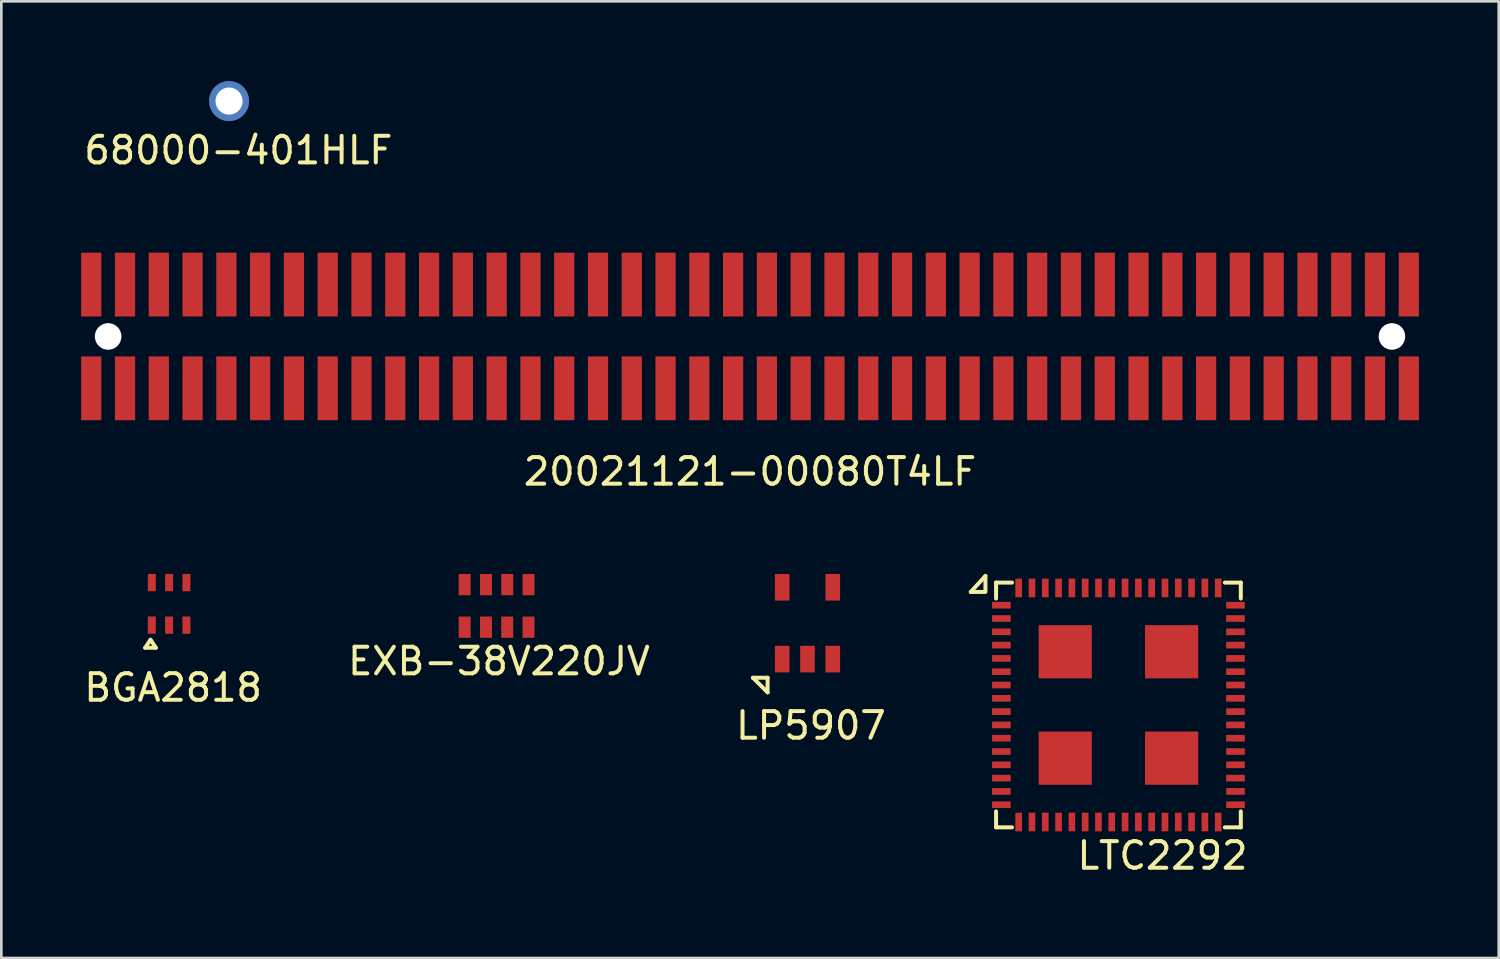
<source format=kicad_pcb>
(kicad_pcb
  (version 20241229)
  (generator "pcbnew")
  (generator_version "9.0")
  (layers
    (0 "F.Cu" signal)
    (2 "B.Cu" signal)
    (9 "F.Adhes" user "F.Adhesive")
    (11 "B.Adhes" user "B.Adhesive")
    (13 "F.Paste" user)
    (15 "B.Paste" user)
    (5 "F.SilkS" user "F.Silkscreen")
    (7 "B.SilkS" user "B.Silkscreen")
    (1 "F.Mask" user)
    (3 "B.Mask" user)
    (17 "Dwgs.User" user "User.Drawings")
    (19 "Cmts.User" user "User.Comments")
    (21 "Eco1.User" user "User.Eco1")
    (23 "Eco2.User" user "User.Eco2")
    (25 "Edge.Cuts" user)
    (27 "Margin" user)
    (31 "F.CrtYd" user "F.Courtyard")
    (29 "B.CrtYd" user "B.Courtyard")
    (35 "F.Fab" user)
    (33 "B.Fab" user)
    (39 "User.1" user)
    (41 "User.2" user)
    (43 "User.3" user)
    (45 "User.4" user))
  (footprint "LP5907"
    (layer "F.Cu")
    (at 27.305 20.377)
    (property "Reference" "LP5907" (at 0.13 3.85 0) (layer "F.SilkS") (effects (font (size 1 1) (thickness 0.15))))
    (attr through_hole)
    (fp_line (start -2.05 2.05) (end -1.5 2.05) (stroke (width 0.15) (type solid)) (layer "F.SilkS"))
    (fp_line (start -1.5 2.05) (end -1.5 2.6) (stroke (width 0.15) (type solid)) (layer "F.SilkS"))
    (fp_line (start -1.5 2.6) (end -2.05 2.05) (stroke (width 0.15) (type solid)) (layer "F.SilkS"))
    (pad "1" smd rect (at -0.95 1.35) (size 0.55 1) (layers "F.Cu" "F.Mask" "F.Paste"))
    (pad "2" smd rect (at 0 1.35) (size 0.55 1) (layers "F.Cu" "F.Mask" "F.Paste"))
    (pad "3" smd rect (at 0.95 1.35) (size 0.55 1) (layers "F.Cu" "F.Mask" "F.Paste"))
    (pad "4" smd rect (at 0.95 -1.35) (size 0.55 1) (layers "F.Cu" "F.Mask" "F.Paste"))
    (pad "5" smd rect (at -0.95 -1.35) (size 0.55 1) (layers "F.Cu" "F.Mask" "F.Paste")))
  (footprint "20021121-00080T4LF"
    (layer "F.Cu")
    (at 25.145 9.598)
    (property "Reference" "20021121-00080T4LF" (at 0 5.08 0) (layer "F.SilkS") (effects (font (size 1 1) (thickness 0.15))))
    (attr through_hole)
    (pad "" np_thru_hole circle (at -24.13 0) (size 1 1) (drill 1) (layers "*.Cu" "*.Mask"))
    (pad "" np_thru_hole circle (at 24.13 0) (size 1 1) (drill 1) (layers "*.Cu" "*.Mask"))
    (pad "1" smd rect (at -24.765 -1.95) (size 0.76 2.4) (layers "F.Cu" "F.Mask" "F.Paste"))
    (pad "2" smd rect (at -24.765 1.95) (size 0.76 2.4) (layers "F.Cu" "F.Mask" "F.Paste"))
    (pad "3" smd rect (at -23.495 -1.95) (size 0.76 2.4) (layers "F.Cu" "F.Mask" "F.Paste"))
    (pad "4" smd rect (at -23.495 1.95) (size 0.76 2.4) (layers "F.Cu" "F.Mask" "F.Paste"))
    (pad "5" smd rect (at -22.225 -1.95) (size 0.76 2.4) (layers "F.Cu" "F.Mask" "F.Paste"))
    (pad "6" smd rect (at -22.225 1.95) (size 0.76 2.4) (layers "F.Cu" "F.Mask" "F.Paste"))
    (pad "7" smd rect (at -20.955 -1.95) (size 0.76 2.4) (layers "F.Cu" "F.Mask" "F.Paste"))
    (pad "8" smd rect (at -20.955 1.95) (size 0.76 2.4) (layers "F.Cu" "F.Mask" "F.Paste"))
    (pad "9" smd rect (at -19.685 -1.95) (size 0.76 2.4) (layers "F.Cu" "F.Mask" "F.Paste"))
    (pad "10" smd rect (at -19.685 1.95) (size 0.76 2.4) (layers "F.Cu" "F.Mask" "F.Paste"))
    (pad "11" smd rect (at -18.415 -1.95) (size 0.76 2.4) (layers "F.Cu" "F.Mask" "F.Paste"))
    (pad "12" smd rect (at -18.415 1.95) (size 0.76 2.4) (layers "F.Cu" "F.Mask" "F.Paste"))
    (pad "13" smd rect (at -17.145 -1.95) (size 0.76 2.4) (layers "F.Cu" "F.Mask" "F.Paste"))
    (pad "14" smd rect (at -17.145 1.95) (size 0.76 2.4) (layers "F.Cu" "F.Mask" "F.Paste"))
    (pad "15" smd rect (at -15.875 -1.95) (size 0.76 2.4) (layers "F.Cu" "F.Mask" "F.Paste"))
    (pad "16" smd rect (at -15.875 1.95) (size 0.76 2.4) (layers "F.Cu" "F.Mask" "F.Paste"))
    (pad "17" smd rect (at -14.605 -1.95) (size 0.76 2.4) (layers "F.Cu" "F.Mask" "F.Paste"))
    (pad "18" smd rect (at -14.605 1.95) (size 0.76 2.4) (layers "F.Cu" "F.Mask" "F.Paste"))
    (pad "19" smd rect (at -13.335 -1.95) (size 0.76 2.4) (layers "F.Cu" "F.Mask" "F.Paste"))
    (pad "20" smd rect (at -13.335 1.95) (size 0.76 2.4) (layers "F.Cu" "F.Mask" "F.Paste"))
    (pad "21" smd rect (at -12.065 -1.95) (size 0.76 2.4) (layers "F.Cu" "F.Mask" "F.Paste"))
    (pad "22" smd rect (at -12.065 1.95) (size 0.76 2.4) (layers "F.Cu" "F.Mask" "F.Paste"))
    (pad "23" smd rect (at -10.795 -1.95) (size 0.76 2.4) (layers "F.Cu" "F.Mask" "F.Paste"))
    (pad "24" smd rect (at -10.795 1.95) (size 0.76 2.4) (layers "F.Cu" "F.Mask" "F.Paste"))
    (pad "25" smd rect (at -9.525 -1.95) (size 0.76 2.4) (layers "F.Cu" "F.Mask" "F.Paste"))
    (pad "26" smd rect (at -9.525 1.95) (size 0.76 2.4) (layers "F.Cu" "F.Mask" "F.Paste"))
    (pad "27" smd rect (at -8.255 -1.95) (size 0.76 2.4) (layers "F.Cu" "F.Mask" "F.Paste"))
    (pad "28" smd rect (at -8.255 1.95) (size 0.76 2.4) (layers "F.Cu" "F.Mask" "F.Paste"))
    (pad "29" smd rect (at -6.985 -1.95) (size 0.76 2.4) (layers "F.Cu" "F.Mask" "F.Paste"))
    (pad "30" smd rect (at -6.985 1.95) (size 0.76 2.4) (layers "F.Cu" "F.Mask" "F.Paste"))
    (pad "31" smd rect (at -5.715 -1.95) (size 0.76 2.4) (layers "F.Cu" "F.Mask" "F.Paste"))
    (pad "32" smd rect (at -5.715 1.95) (size 0.76 2.4) (layers "F.Cu" "F.Mask" "F.Paste"))
    (pad "33" smd rect (at -4.445 -1.95) (size 0.76 2.4) (layers "F.Cu" "F.Mask" "F.Paste"))
    (pad "34" smd rect (at -4.445 1.95) (size 0.76 2.4) (layers "F.Cu" "F.Mask" "F.Paste"))
    (pad "35" smd rect (at -3.175 -1.95) (size 0.76 2.4) (layers "F.Cu" "F.Mask" "F.Paste"))
    (pad "36" smd rect (at -3.175 1.95) (size 0.76 2.4) (layers "F.Cu" "F.Mask" "F.Paste"))
    (pad "37" smd rect (at -1.905 -1.95) (size 0.76 2.4) (layers "F.Cu" "F.Mask" "F.Paste"))
    (pad "38" smd rect (at -1.905 1.95) (size 0.76 2.4) (layers "F.Cu" "F.Mask" "F.Paste"))
    (pad "39" smd rect (at -0.635 -1.95) (size 0.76 2.4) (layers "F.Cu" "F.Mask" "F.Paste"))
    (pad "40" smd rect (at -0.635 1.95) (size 0.76 2.4) (layers "F.Cu" "F.Mask" "F.Paste"))
    (pad "41" smd rect (at 0.635 -1.95) (size 0.76 2.4) (layers "F.Cu" "F.Mask" "F.Paste"))
    (pad "42" smd rect (at 0.635 1.95) (size 0.76 2.4) (layers "F.Cu" "F.Mask" "F.Paste"))
    (pad "43" smd rect (at 1.905 -1.95) (size 0.76 2.4) (layers "F.Cu" "F.Mask" "F.Paste"))
    (pad "44" smd rect (at 1.905 1.95) (size 0.76 2.4) (layers "F.Cu" "F.Mask" "F.Paste"))
    (pad "45" smd rect (at 3.175 -1.95) (size 0.76 2.4) (layers "F.Cu" "F.Mask" "F.Paste"))
    (pad "46" smd rect (at 3.175 1.95) (size 0.76 2.4) (layers "F.Cu" "F.Mask" "F.Paste"))
    (pad "47" smd rect (at 4.445 -1.95) (size 0.76 2.4) (layers "F.Cu" "F.Mask" "F.Paste"))
    (pad "48" smd rect (at 4.445 1.95) (size 0.76 2.4) (layers "F.Cu" "F.Mask" "F.Paste"))
    (pad "49" smd rect (at 5.715 -1.95) (size 0.76 2.4) (layers "F.Cu" "F.Mask" "F.Paste"))
    (pad "50" smd rect (at 5.715 1.95) (size 0.76 2.4) (layers "F.Cu" "F.Mask" "F.Paste"))
    (pad "51" smd rect (at 6.985 -1.95) (size 0.76 2.4) (layers "F.Cu" "F.Mask" "F.Paste"))
    (pad "52" smd rect (at 6.985 1.95) (size 0.76 2.4) (layers "F.Cu" "F.Mask" "F.Paste"))
    (pad "53" smd rect (at 8.255 -1.95) (size 0.76 2.4) (layers "F.Cu" "F.Mask" "F.Paste"))
    (pad "54" smd rect (at 8.255 1.95) (size 0.76 2.4) (layers "F.Cu" "F.Mask" "F.Paste"))
    (pad "55" smd rect (at 9.525 -1.95) (size 0.76 2.4) (layers "F.Cu" "F.Mask" "F.Paste"))
    (pad "56" smd rect (at 9.525 1.95) (size 0.76 2.4) (layers "F.Cu" "F.Mask" "F.Paste"))
    (pad "57" smd rect (at 10.795 -1.95) (size 0.76 2.4) (layers "F.Cu" "F.Mask" "F.Paste"))
    (pad "58" smd rect (at 10.795 1.95) (size 0.76 2.4) (layers "F.Cu" "F.Mask" "F.Paste"))
    (pad "59" smd rect (at 12.065 -1.95) (size 0.76 2.4) (layers "F.Cu" "F.Mask" "F.Paste"))
    (pad "60" smd rect (at 12.065 1.95) (size 0.76 2.4) (layers "F.Cu" "F.Mask" "F.Paste"))
    (pad "61" smd rect (at 13.335 -1.95) (size 0.76 2.4) (layers "F.Cu" "F.Mask" "F.Paste"))
    (pad "62" smd rect (at 13.335 1.95) (size 0.76 2.4) (layers "F.Cu" "F.Mask" "F.Paste"))
    (pad "63" smd rect (at 14.605 -1.95) (size 0.76 2.4) (layers "F.Cu" "F.Mask" "F.Paste"))
    (pad "64" smd rect (at 14.605 1.95) (size 0.76 2.4) (layers "F.Cu" "F.Mask" "F.Paste"))
    (pad "65" smd rect (at 15.875 -1.95) (size 0.76 2.4) (layers "F.Cu" "F.Mask" "F.Paste"))
    (pad "66" smd rect (at 15.875 1.95) (size 0.76 2.4) (layers "F.Cu" "F.Mask" "F.Paste"))
    (pad "67" smd rect (at 17.145 -1.95) (size 0.76 2.4) (layers "F.Cu" "F.Mask" "F.Paste"))
    (pad "68" smd rect (at 17.145 1.95) (size 0.76 2.4) (layers "F.Cu" "F.Mask" "F.Paste"))
    (pad "69" smd rect (at 18.415 -1.95) (size 0.76 2.4) (layers "F.Cu" "F.Mask" "F.Paste"))
    (pad "70" smd rect (at 18.415 1.95) (size 0.76 2.4) (layers "F.Cu" "F.Mask" "F.Paste"))
    (pad "71" smd rect (at 19.685 -1.95) (size 0.76 2.4) (layers "F.Cu" "F.Mask" "F.Paste"))
    (pad "72" smd rect (at 19.685 1.95) (size 0.76 2.4) (layers "F.Cu" "F.Mask" "F.Paste"))
    (pad "73" smd rect (at 20.955 -1.95) (size 0.76 2.4) (layers "F.Cu" "F.Mask" "F.Paste"))
    (pad "74" smd rect (at 20.955 1.95) (size 0.76 2.4) (layers "F.Cu" "F.Mask" "F.Paste"))
    (pad "75" smd rect (at 22.225 -1.95) (size 0.76 2.4) (layers "F.Cu" "F.Mask" "F.Paste"))
    (pad "76" smd rect (at 22.225 1.95) (size 0.76 2.4) (layers "F.Cu" "F.Mask" "F.Paste"))
    (pad "77" smd rect (at 23.495 -1.95) (size 0.76 2.4) (layers "F.Cu" "F.Mask" "F.Paste"))
    (pad "78" smd rect (at 23.495 1.95) (size 0.76 2.4) (layers "F.Cu" "F.Mask" "F.Paste"))
    (pad "79" smd rect (at 24.765 -1.95) (size 0.76 2.4) (layers "F.Cu" "F.Mask" "F.Paste"))
    (pad "80" smd rect (at 24.765 1.95) (size 0.76 2.4) (layers "F.Cu" "F.Mask" "F.Paste")))
  (footprint "BGA2818"
    (layer "F.Cu")
    (at 3.308 19.651)
    (property "Reference" "BGA2818" (at 0.15 3.15 0) (layer "F.SilkS") (effects (font (size 1 1) (thickness 0.15))))
    (attr through_hole)
    (fp_line (start -0.9 1.65) (end -0.5 1.65) (stroke (width 0.15) (type solid)) (layer "F.SilkS"))
    (fp_line (start -0.7 1.35) (end -0.9 1.65) (stroke (width 0.15) (type solid)) (layer "F.SilkS"))
    (fp_line (start -0.5 1.65) (end -0.7 1.35) (stroke (width 0.15) (type solid)) (layer "F.SilkS"))
    (pad "1" smd rect (at -0.65 0.8) (size 0.3 0.65) (layers "F.Cu" "F.Mask" "F.Paste"))
    (pad "2" smd rect (at 0 0.8) (size 0.3 0.65) (layers "F.Cu" "F.Mask" "F.Paste"))
    (pad "3" smd rect (at 0.65 0.8) (size 0.3 0.65) (layers "F.Cu" "F.Mask" "F.Paste"))
    (pad "4" smd rect (at 0.65 -0.8) (size 0.3 0.65) (layers "F.Cu" "F.Mask" "F.Paste"))
    (pad "5" smd rect (at 0 -0.8) (size 0.3 0.65) (layers "F.Cu" "F.Mask" "F.Paste"))
    (pad "6" smd rect (at -0.65 -0.8) (size 0.3 0.65) (layers "F.Cu" "F.Mask" "F.Paste")))
  (footprint "LTC2292"
    (layer "F.Cu")
    (at 38.994 23.451)
    (property "Reference" "LTC2292" (at 1.656 5.663 0) (layer "F.SilkS") (effects (font (size 1 1) (thickness 0.15))))
    (attr through_hole)
    (fp_line (start -5.55 -4.25) (end -5 -4.25) (stroke (width 0.15) (type solid)) (layer "F.SilkS"))
    (fp_line (start -5 -4.85) (end -5.55 -4.25) (stroke (width 0.15) (type solid)) (layer "F.SilkS"))
    (fp_line (start -5 -4.3) (end -5 -4.85) (stroke (width 0.15) (type solid)) (layer "F.SilkS"))
    (fp_line (start -4.6 -4.6) (end -4 -4.6) (stroke (width 0.15) (type solid)) (layer "F.SilkS"))
    (fp_line (start -4.6 -4) (end -4.6 -4.6) (stroke (width 0.15) (type solid)) (layer "F.SilkS"))
    (fp_line (start -4.6 4) (end -4.6 4.6) (stroke (width 0.15) (type solid)) (layer "F.SilkS"))
    (fp_line (start -4.6 4.6) (end -4 4.6) (stroke (width 0.15) (type solid)) (layer "F.SilkS"))
    (fp_line (start 4 -4.6) (end 4.6 -4.6) (stroke (width 0.15) (type solid)) (layer "F.SilkS"))
    (fp_line (start 4 4.6) (end 4.6 4.6) (stroke (width 0.15) (type solid)) (layer "F.SilkS"))
    (fp_line (start 4.6 -4.6) (end 4.6 -4) (stroke (width 0.15) (type solid)) (layer "F.SilkS"))
    (fp_line (start 4.6 4.6) (end 4.6 4) (stroke (width 0.15) (type solid)) (layer "F.SilkS"))
    (pad "1" smd rect (at -4.4 -3.75) (size 0.7 0.25) (layers "F.Cu" "F.Mask" "F.Paste"))
    (pad "2" smd rect (at -4.4 -3.25) (size 0.7 0.25) (layers "F.Cu" "F.Mask" "F.Paste"))
    (pad "3" smd rect (at -4.4 -2.75) (size 0.7 0.25) (layers "F.Cu" "F.Mask" "F.Paste"))
    (pad "4" smd rect (at -4.4 -2.25) (size 0.7 0.25) (layers "F.Cu" "F.Mask" "F.Paste"))
    (pad "5" smd rect (at -4.4 -1.75) (size 0.7 0.25) (layers "F.Cu" "F.Mask" "F.Paste"))
    (pad "6" smd rect (at -4.4 -1.25) (size 0.7 0.25) (layers "F.Cu" "F.Mask" "F.Paste"))
    (pad "7" smd rect (at -4.4 -0.75) (size 0.7 0.25) (layers "F.Cu" "F.Mask" "F.Paste"))
    (pad "8" smd rect (at -4.4 -0.25) (size 0.7 0.25) (layers "F.Cu" "F.Mask" "F.Paste"))
    (pad "9" smd rect (at -4.4 0.25) (size 0.7 0.25) (layers "F.Cu" "F.Mask" "F.Paste"))
    (pad "10" smd rect (at -4.4 0.75) (size 0.7 0.25) (layers "F.Cu" "F.Mask" "F.Paste"))
    (pad "11" smd rect (at -4.4 1.25) (size 0.7 0.25) (layers "F.Cu" "F.Mask" "F.Paste"))
    (pad "12" smd rect (at -4.4 1.75) (size 0.7 0.25) (layers "F.Cu" "F.Mask" "F.Paste"))
    (pad "13" smd rect (at -4.4 2.25) (size 0.7 0.25) (layers "F.Cu" "F.Mask" "F.Paste"))
    (pad "14" smd rect (at -4.4 2.75) (size 0.7 0.25) (layers "F.Cu" "F.Mask" "F.Paste"))
    (pad "15" smd rect (at -4.4 3.25) (size 0.7 0.25) (layers "F.Cu" "F.Mask" "F.Paste"))
    (pad "16" smd rect (at -4.4 3.75) (size 0.7 0.25) (layers "F.Cu" "F.Mask" "F.Paste"))
    (pad "17" smd rect (at -3.75 4.4) (size 0.25 0.7) (layers "F.Cu" "F.Mask" "F.Paste"))
    (pad "18" smd rect (at -3.25 4.4) (size 0.25 0.7) (layers "F.Cu" "F.Mask" "F.Paste"))
    (pad "19" smd rect (at -2.75 4.4) (size 0.25 0.7) (layers "F.Cu" "F.Mask" "F.Paste"))
    (pad "20" smd rect (at -2.25 4.4) (size 0.25 0.7) (layers "F.Cu" "F.Mask" "F.Paste"))
    (pad "21" smd rect (at -1.75 4.4) (size 0.25 0.7) (layers "F.Cu" "F.Mask" "F.Paste"))
    (pad "22" smd rect (at -1.25 4.4) (size 0.25 0.7) (layers "F.Cu" "F.Mask" "F.Paste"))
    (pad "23" smd rect (at -0.75 4.4) (size 0.25 0.7) (layers "F.Cu" "F.Mask" "F.Paste"))
    (pad "24" smd rect (at -0.25 4.4) (size 0.25 0.7) (layers "F.Cu" "F.Mask" "F.Paste"))
    (pad "25" smd rect (at 0.25 4.4) (size 0.25 0.7) (layers "F.Cu" "F.Mask" "F.Paste"))
    (pad "26" smd rect (at 0.75 4.4) (size 0.25 0.7) (layers "F.Cu" "F.Mask" "F.Paste"))
    (pad "27" smd rect (at 1.25 4.4) (size 0.25 0.7) (layers "F.Cu" "F.Mask" "F.Paste"))
    (pad "28" smd rect (at 1.75 4.4) (size 0.25 0.7) (layers "F.Cu" "F.Mask" "F.Paste"))
    (pad "29" smd rect (at 2.25 4.4) (size 0.25 0.7) (layers "F.Cu" "F.Mask" "F.Paste"))
    (pad "30" smd rect (at 2.75 4.4) (size 0.25 0.7) (layers "F.Cu" "F.Mask" "F.Paste"))
    (pad "31" smd rect (at 3.25 4.4) (size 0.25 0.7) (layers "F.Cu" "F.Mask" "F.Paste"))
    (pad "32" smd rect (at 3.75 4.4) (size 0.25 0.7) (layers "F.Cu" "F.Mask" "F.Paste"))
    (pad "33" smd rect (at 4.4 3.75) (size 0.7 0.25) (layers "F.Cu" "F.Mask" "F.Paste"))
    (pad "34" smd rect (at 4.4 3.25) (size 0.7 0.25) (layers "F.Cu" "F.Mask" "F.Paste"))
    (pad "35" smd rect (at 4.4 2.75) (size 0.7 0.25) (layers "F.Cu" "F.Mask" "F.Paste"))
    (pad "36" smd rect (at 4.4 2.25) (size 0.7 0.25) (layers "F.Cu" "F.Mask" "F.Paste"))
    (pad "37" smd rect (at 4.4 1.75) (size 0.7 0.25) (layers "F.Cu" "F.Mask" "F.Paste"))
    (pad "38" smd rect (at 4.4 1.25) (size 0.7 0.25) (layers "F.Cu" "F.Mask" "F.Paste"))
    (pad "39" smd rect (at 4.4 0.75) (size 0.7 0.25) (layers "F.Cu" "F.Mask" "F.Paste"))
    (pad "40" smd rect (at 4.4 0.25) (size 0.7 0.25) (layers "F.Cu" "F.Mask" "F.Paste"))
    (pad "41" smd rect (at 4.4 -0.25) (size 0.7 0.25) (layers "F.Cu" "F.Mask" "F.Paste"))
    (pad "42" smd rect (at 4.4 -0.75) (size 0.7 0.25) (layers "F.Cu" "F.Mask" "F.Paste"))
    (pad "43" smd rect (at 4.4 -1.25) (size 0.7 0.25) (layers "F.Cu" "F.Mask" "F.Paste"))
    (pad "44" smd rect (at 4.4 -1.75) (size 0.7 0.25) (layers "F.Cu" "F.Mask" "F.Paste"))
    (pad "45" smd rect (at 4.4 -2.25) (size 0.7 0.25) (layers "F.Cu" "F.Mask" "F.Paste"))
    (pad "46" smd rect (at 4.4 -2.75) (size 0.7 0.25) (layers "F.Cu" "F.Mask" "F.Paste"))
    (pad "47" smd rect (at 4.4 -3.25) (size 0.7 0.25) (layers "F.Cu" "F.Mask" "F.Paste"))
    (pad "48" smd rect (at 4.4 -3.75) (size 0.7 0.25) (layers "F.Cu" "F.Mask" "F.Paste"))
    (pad "49" smd rect (at 3.75 -4.4) (size 0.25 0.7) (layers "F.Cu" "F.Mask" "F.Paste"))
    (pad "50" smd rect (at 3.25 -4.4) (size 0.25 0.7) (layers "F.Cu" "F.Mask" "F.Paste"))
    (pad "51" smd rect (at 2.75 -4.4) (size 0.25 0.7) (layers "F.Cu" "F.Mask" "F.Paste"))
    (pad "52" smd rect (at 2.25 -4.4) (size 0.25 0.7) (layers "F.Cu" "F.Mask" "F.Paste"))
    (pad "53" smd rect (at 1.75 -4.4) (size 0.25 0.7) (layers "F.Cu" "F.Mask" "F.Paste"))
    (pad "54" smd rect (at 1.25 -4.4) (size 0.25 0.7) (layers "F.Cu" "F.Mask" "F.Paste"))
    (pad "55" smd rect (at 0.75 -4.4) (size 0.25 0.7) (layers "F.Cu" "F.Mask" "F.Paste"))
    (pad "56" smd rect (at 0.25 -4.4) (size 0.25 0.7) (layers "F.Cu" "F.Mask" "F.Paste"))
    (pad "57" smd rect (at -0.25 -4.4) (size 0.25 0.7) (layers "F.Cu" "F.Mask" "F.Paste"))
    (pad "58" smd rect (at -0.75 -4.4) (size 0.25 0.7) (layers "F.Cu" "F.Mask" "F.Paste"))
    (pad "59" smd rect (at -1.25 -4.4) (size 0.25 0.7) (layers "F.Cu" "F.Mask" "F.Paste"))
    (pad "60" smd rect (at -1.75 -4.4) (size 0.25 0.7) (layers "F.Cu" "F.Mask" "F.Paste"))
    (pad "61" smd rect (at -2.25 -4.4) (size 0.25 0.7) (layers "F.Cu" "F.Mask" "F.Paste"))
    (pad "62" smd rect (at -2.75 -4.4) (size 0.25 0.7) (layers "F.Cu" "F.Mask" "F.Paste"))
    (pad "63" smd rect (at -3.25 -4.4) (size 0.25 0.7) (layers "F.Cu" "F.Mask" "F.Paste"))
    (pad "64" smd rect (at -3.75 -4.4) (size 0.25 0.7) (layers "F.Cu" "F.Mask" "F.Paste"))
    (pad "65" smd rect (at -2 -2) (size 2 2) (layers "F.Cu" "F.Mask" "F.Paste"))
    (pad "65" smd rect (at -2 2) (size 2 2) (layers "F.Cu" "F.Mask" "F.Paste"))
    (pad "65" smd rect (at 2 -2) (size 2 2) (layers "F.Cu" "F.Mask" "F.Paste"))
    (pad "65" smd rect (at 2 2) (size 2 2) (layers "F.Cu" "F.Mask" "F.Paste")))
  (footprint "EXB-38V220JV"
    (layer "F.Cu")
    (at 15.618 19.727)
    (property "Reference" "EXB-38V220JV" (at 0.09 2.08 0) (layer "F.SilkS") (effects (font (size 1 1) (thickness 0.15))))
    (attr through_hole)
    (pad "1" smd rect (at -1.2 0.8) (size 0.45 0.8) (layers "F.Cu" "F.Mask" "F.Paste"))
    (pad "2" smd rect (at -0.4 0.8) (size 0.45 0.8) (layers "F.Cu" "F.Mask" "F.Paste"))
    (pad "3" smd rect (at 0.4 0.8) (size 0.45 0.8) (layers "F.Cu" "F.Mask" "F.Paste"))
    (pad "4" smd rect (at 1.2 0.8) (size 0.45 0.8) (layers "F.Cu" "F.Mask" "F.Paste"))
    (pad "5" smd rect (at 1.2 -0.8) (size 0.45 0.8) (layers "F.Cu" "F.Mask" "F.Paste"))
    (pad "6" smd rect (at 0.4 -0.8) (size 0.45 0.8) (layers "F.Cu" "F.Mask" "F.Paste"))
    (pad "7" smd rect (at -0.4 -0.8) (size 0.45 0.8) (layers "F.Cu" "F.Mask" "F.Paste"))
    (pad "8" smd rect (at -1.2 -0.8) (size 0.45 0.8) (layers "F.Cu" "F.Mask" "F.Paste")))
  (footprint "68000-401HLF"
    (layer "F.Cu")
    (at 5.561 0.75)
    (property "Reference" "68000-401HLF" (at 0.35 1.85 0) (layer "F.SilkS") (effects (font (size 1 1) (thickness 0.15))))
    (attr through_hole)
    (pad "1" thru_hole circle (at 0 0) (size 1.5 1.5) (drill 1.02) (layers "*.Cu" "*.Mask")))
  (gr_rect
    (start -3 -3)
    (end 53.29 32.963)
    (stroke (width 0.1) (type default))
    (fill no)
    (layer "Edge.Cuts")))
</source>
